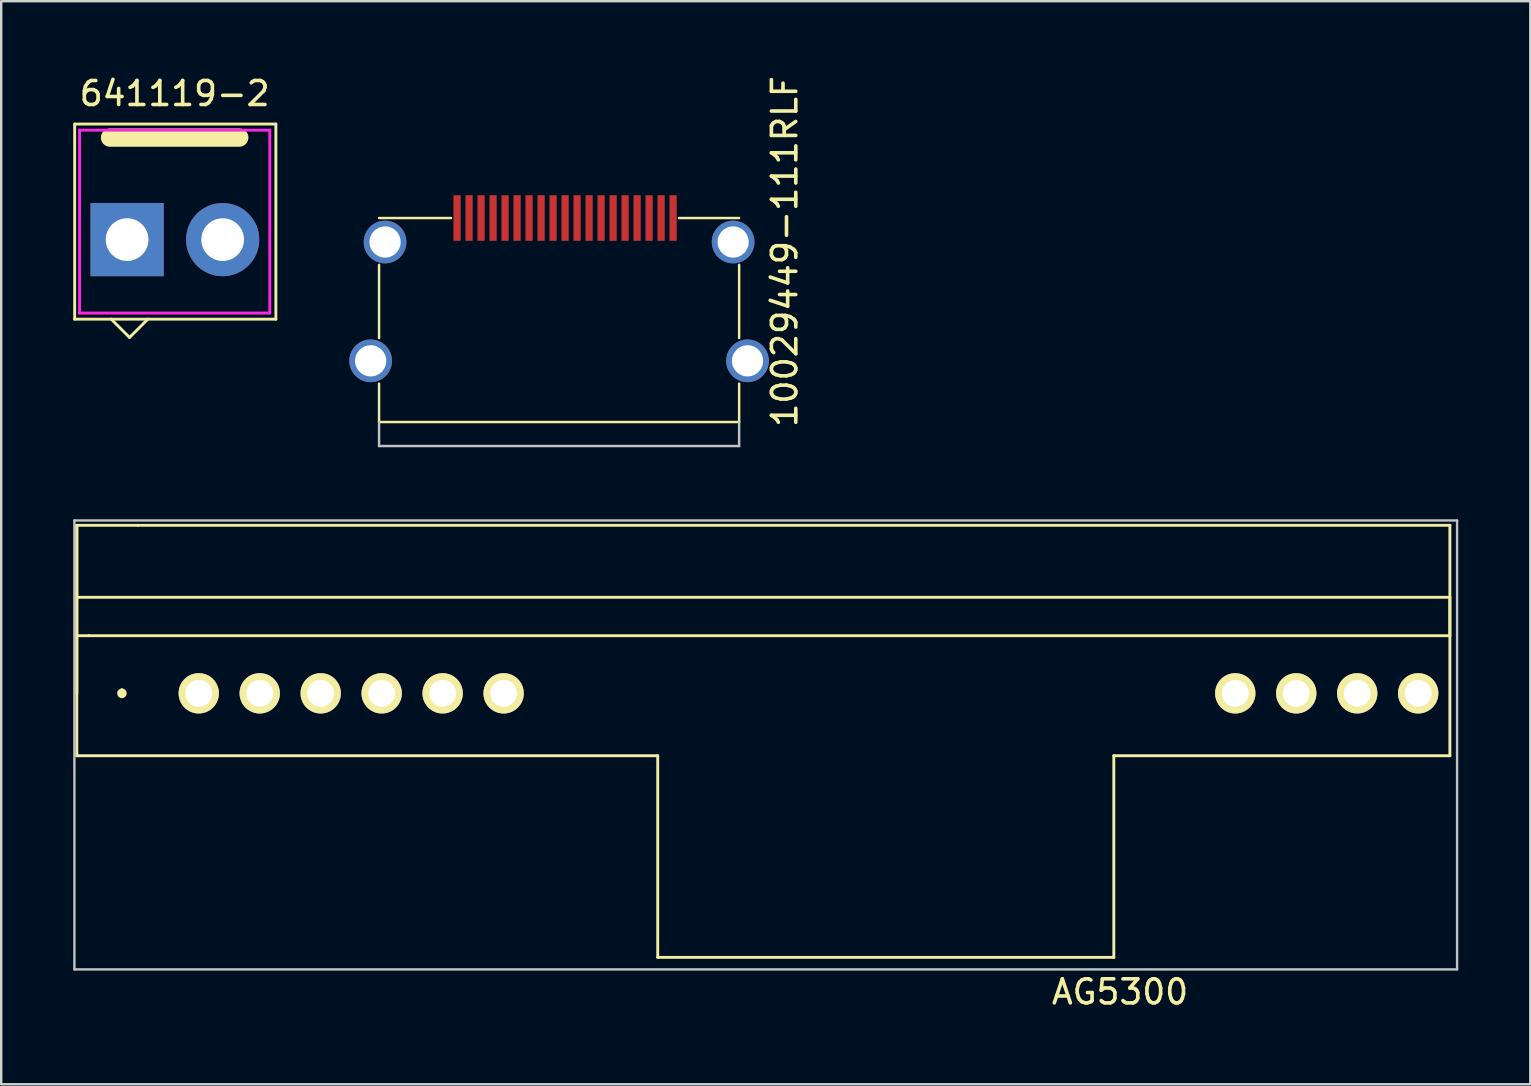
<source format=kicad_pcb>
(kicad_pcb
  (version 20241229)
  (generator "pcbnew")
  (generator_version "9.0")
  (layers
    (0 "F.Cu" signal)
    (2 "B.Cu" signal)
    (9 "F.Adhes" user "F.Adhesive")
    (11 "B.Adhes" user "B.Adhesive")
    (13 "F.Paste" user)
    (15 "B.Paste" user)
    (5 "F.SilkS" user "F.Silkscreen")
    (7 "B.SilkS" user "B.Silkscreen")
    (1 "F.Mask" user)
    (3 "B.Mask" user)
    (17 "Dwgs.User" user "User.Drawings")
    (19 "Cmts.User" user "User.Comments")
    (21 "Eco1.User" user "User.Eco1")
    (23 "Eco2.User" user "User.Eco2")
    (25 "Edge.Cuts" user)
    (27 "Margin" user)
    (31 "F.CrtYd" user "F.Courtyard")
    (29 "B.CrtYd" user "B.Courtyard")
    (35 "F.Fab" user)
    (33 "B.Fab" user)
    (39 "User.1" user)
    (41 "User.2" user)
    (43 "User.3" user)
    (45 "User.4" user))
  (footprint "641119-2"
    (layer "F.Cu")
    (at 4.226 6.182)
    (property "Reference" "641119-2" (at 0 -5.334 0) (layer "F.SilkS") (effects (font (size 1 1) (thickness 0.15))))
    (attr through_hole)
    (fp_line (start -4.166 -4.064) (end 4.216 -4.064) (stroke (width 0.12) (type solid)) (layer "F.SilkS"))
    (fp_line (start -4.166 4.064) (end -4.166 -4.064) (stroke (width 0.12) (type solid)) (layer "F.SilkS"))
    (fp_line (start -2.692 -3.5) (end 2.692 -3.5) (stroke (width 0.762) (type solid)) (layer "F.SilkS"))
    (fp_line (start -2.642 4.064) (end -1.88 4.826) (stroke (width 0.12) (type solid)) (layer "F.SilkS"))
    (fp_line (start -1.88 4.826) (end -1.118 4.064) (stroke (width 0.12) (type solid)) (layer "F.SilkS"))
    (fp_line (start 4.216 -4.064) (end 4.216 4.064) (stroke (width 0.12) (type solid)) (layer "F.SilkS"))
    (fp_line (start 4.216 4.064) (end -4.166 4.064) (stroke (width 0.12) (type solid)) (layer "F.SilkS"))
    (fp_line (start -3.962 -3.81) (end -3.962 3.81) (stroke (width 0.12) (type solid)) (layer "F.CrtYd"))
    (fp_line (start -3.962 3.81) (end 3.962 3.81) (stroke (width 0.12) (type solid)) (layer "F.CrtYd"))
    (fp_line (start 3.962 -3.81) (end -3.962 -3.81) (stroke (width 0.12) (type solid)) (layer "F.CrtYd"))
    (fp_line (start 3.962 3.81) (end 3.962 -3.81) (stroke (width 0.12) (type solid)) (layer "F.CrtYd"))
    (pad "1" thru_hole rect (at -1.981 0.75) (size 3.048 3.048) (drill 1.778) (layers "*.Cu" "*.Mask"))
    (pad "2" thru_hole circle (at 2 0.75) (size 3.048 3.048) (drill 1.778) (layers "*.Cu" "*.Mask")))
  (footprint "10029449-111RLF"
    (layer "F.Cu")
    (at 20.241 6.032)
    (property "Reference" "10029449-111RLF" (at 9.398 1.397 270) (layer "F.SilkS") (effects (font (size 1.016 1.016) (thickness 0.15))))
    (attr smd)
    (fp_line (start -7.5 0) (end -4.5 0) (stroke (width 0.102) (type solid)) (layer "F.SilkS"))
    (fp_line (start -7.5 5) (end -7.5 1.95) (stroke (width 0.102) (type solid)) (layer "F.SilkS"))
    (fp_line (start -7.5 8.5) (end -7.5 6.9) (stroke (width 0.102) (type solid)) (layer "F.SilkS"))
    (fp_line (start -7.5 8.5) (end 7.5 8.5) (stroke (width 0.102) (type solid)) (layer "F.SilkS"))
    (fp_line (start 5 0) (end 7.5 0) (stroke (width 0.102) (type solid)) (layer "F.SilkS"))
    (fp_line (start 7.5 5) (end 7.5 1.95) (stroke (width 0.102) (type solid)) (layer "F.SilkS"))
    (fp_line (start 7.5 6.9) (end 7.5 8.5) (stroke (width 0.102) (type solid)) (layer "F.SilkS"))
    (fp_line (start -7.5 9.5) (end -7.5 8.5) (stroke (width 0.102) (type solid)) (layer "Dwgs.User"))
    (fp_line (start -7.5 9.5) (end 7.5 9.5) (stroke (width 0.102) (type solid)) (layer "Dwgs.User"))
    (fp_line (start 7.5 8.5) (end 7.5 9.5) (stroke (width 0.102) (type solid)) (layer "Dwgs.User"))
    (pad "1" smd rect (at 4.75 0) (size 0.3 1.9) (layers "F.Cu" "F.Mask" "F.Paste"))
    (pad "2" smd rect (at 4.25 0) (size 0.3 1.9) (layers "F.Cu" "F.Mask" "F.Paste"))
    (pad "3" smd rect (at 3.75 0) (size 0.3 1.9) (layers "F.Cu" "F.Mask" "F.Paste"))
    (pad "4" smd rect (at 3.25 0) (size 0.3 1.9) (layers "F.Cu" "F.Mask" "F.Paste"))
    (pad "5" smd rect (at 2.75 0) (size 0.3 1.9) (layers "F.Cu" "F.Mask" "F.Paste"))
    (pad "6" smd rect (at 2.25 0) (size 0.3 1.9) (layers "F.Cu" "F.Mask" "F.Paste"))
    (pad "7" smd rect (at 1.75 0) (size 0.3 1.9) (layers "F.Cu" "F.Mask" "F.Paste"))
    (pad "8" smd rect (at 1.25 0) (size 0.3 1.9) (layers "F.Cu" "F.Mask" "F.Paste"))
    (pad "9" smd rect (at 0.75 0) (size 0.3 1.9) (layers "F.Cu" "F.Mask" "F.Paste"))
    (pad "10" smd rect (at 0.25 0) (size 0.3 1.9) (layers "F.Cu" "F.Mask" "F.Paste"))
    (pad "11" smd rect (at -0.25 0) (size 0.3 1.9) (layers "F.Cu" "F.Mask" "F.Paste"))
    (pad "12" smd rect (at -0.75 0) (size 0.3 1.9) (layers "F.Cu" "F.Mask" "F.Paste"))
    (pad "13" smd rect (at -1.25 0) (size 0.3 1.9) (layers "F.Cu" "F.Mask" "F.Paste"))
    (pad "14" smd rect (at -1.75 0) (size 0.3 1.9) (layers "F.Cu" "F.Mask" "F.Paste"))
    (pad "15" smd rect (at -2.25 0) (size 0.3 1.9) (layers "F.Cu" "F.Mask" "F.Paste"))
    (pad "16" smd rect (at -2.75 0) (size 0.3 1.9) (layers "F.Cu" "F.Mask" "F.Paste"))
    (pad "17" smd rect (at -3.25 0) (size 0.3 1.9) (layers "F.Cu" "F.Mask" "F.Paste"))
    (pad "18" smd rect (at -3.75 0) (size 0.3 1.9) (layers "F.Cu" "F.Mask" "F.Paste"))
    (pad "19" smd rect (at -4.25 0) (size 0.3 1.9) (layers "F.Cu" "F.Mask" "F.Paste"))
    (pad "20" thru_hole circle (at -7.85 5.95) (size 1.778 1.778) (drill 1.3) (layers "*.Cu" "*.Mask"))
    (pad "20" thru_hole circle (at -7.25 1) (size 1.778 1.778) (drill 1.3) (layers "*.Cu" "*.Mask"))
    (pad "20" thru_hole circle (at 7.25 1) (size 1.778 1.778) (drill 1.3) (layers "*.Cu" "*.Mask"))
    (pad "20" thru_hole circle (at 7.85 5.95) (size 1.778 1.778) (drill 1.3) (layers "*.Cu" "*.Mask")))
  (footprint "AG5300"
    (layer "F.Cu")
    (at 30.25 27.833)
    (property "Reference" "AG5300" (at 13.36 10.439 0) (layer "F.SilkS") (effects (font (size 1 1) (thickness 0.15))))
    (attr through_hole)
    (fp_line (start -30.1 -9) (end -30.1 0.6) (stroke (width 0.12) (type solid)) (layer "F.SilkS"))
    (fp_line (start -30.1 -9) (end -27.56 -9) (stroke (width 0.12) (type solid)) (layer "F.SilkS"))
    (fp_line (start -30.1 -2) (end -30.1 -9) (stroke (width 0.12) (type solid)) (layer "F.SilkS"))
    (fp_line (start -30.1 0.6) (end -5.9 0.6) (stroke (width 0.12) (type solid)) (layer "F.SilkS"))
    (fp_line (start -29.6 -4.4) (end -30.1 -4.4) (stroke (width 0.12) (type solid)) (layer "F.SilkS"))
    (fp_line (start -29.6 -4.4) (end 27.1 -4.4) (stroke (width 0.12) (type solid)) (layer "F.SilkS"))
    (fp_line (start -28.22 -2.1) (end -28.22 -2.1) (stroke (width 0.2) (type solid)) (layer "F.SilkS"))
    (fp_line (start -28.22 -1.9) (end -28.22 -1.9) (stroke (width 0.2) (type solid)) (layer "F.SilkS"))
    (fp_line (start -5.9 0.6) (end -5.9 9) (stroke (width 0.12) (type solid)) (layer "F.SilkS"))
    (fp_line (start -5.9 9) (end 13.1 9) (stroke (width 0.12) (type solid)) (layer "F.SilkS"))
    (fp_line (start 13.1 0.6) (end 27.1 0.6) (stroke (width 0.12) (type solid)) (layer "F.SilkS"))
    (fp_line (start 13.1 9) (end 13.1 0.6) (stroke (width 0.12) (type solid)) (layer "F.SilkS"))
    (fp_line (start 27.1 -9) (end -27.56 -9) (stroke (width 0.12) (type solid)) (layer "F.SilkS"))
    (fp_line (start 27.1 -6) (end -30.1 -6) (stroke (width 0.12) (type solid)) (layer "F.SilkS"))
    (fp_line (start 27.1 -4.4) (end 27.1 -6) (stroke (width 0.12) (type solid)) (layer "F.SilkS"))
    (fp_line (start 27.1 0.6) (end 27.1 -9) (stroke (width 0.12) (type solid)) (layer "F.SilkS"))
    (fp_arc (start -28.22 -2.1) (mid -28.12 -2) (end -28.22 -1.9) (stroke (width 0.2) (type solid)) (layer "F.SilkS"))
    (fp_arc (start -28.22 -1.9) (mid -28.32 -2) (end -28.22 -2.1) (stroke (width 0.2) (type solid)) (layer "F.SilkS"))
    (fp_line (start -30.2 -9.2) (end 27.4 -9.2) (stroke (width 0.1) (type solid)) (layer "Dwgs.User"))
    (fp_line (start -30.2 9.5) (end -30.2 -9.2) (stroke (width 0.1) (type solid)) (layer "Dwgs.User"))
    (fp_line (start 27.4 -9.2) (end 27.4 9.5) (stroke (width 0.1) (type solid)) (layer "Dwgs.User"))
    (fp_line (start 27.4 9.5) (end -30.2 9.5) (stroke (width 0.1) (type solid)) (layer "Dwgs.User"))
    (pad "1" thru_hole circle (at -25.02 -2 90) (size 1.68 1.68) (drill 1.12) (layers "*.Cu" "*.Mask" "F.SilkS"))
    (pad "2" thru_hole circle (at -22.48 -2 90) (size 1.68 1.68) (drill 1.12) (layers "*.Cu" "*.Mask" "F.SilkS"))
    (pad "3" thru_hole circle (at -19.94 -2 90) (size 1.68 1.68) (drill 1.12) (layers "*.Cu" "*.Mask" "F.SilkS"))
    (pad "4" thru_hole circle (at -17.4 -2 90) (size 1.68 1.68) (drill 1.12) (layers "*.Cu" "*.Mask" "F.SilkS"))
    (pad "5" thru_hole circle (at -14.86 -2 90) (size 1.68 1.68) (drill 1.12) (layers "*.Cu" "*.Mask" "F.SilkS"))
    (pad "6" thru_hole circle (at -12.32 -2 90) (size 1.68 1.68) (drill 1.12) (layers "*.Cu" "*.Mask" "F.SilkS"))
    (pad "7" thru_hole circle (at 18.16 -2 90) (size 1.68 1.68) (drill 1.12) (layers "*.Cu" "*.Mask" "F.SilkS"))
    (pad "8" thru_hole circle (at 20.7 -2 90) (size 1.68 1.68) (drill 1.12) (layers "*.Cu" "*.Mask" "F.SilkS"))
    (pad "9" thru_hole circle (at 23.24 -2 90) (size 1.68 1.68) (drill 1.12) (layers "*.Cu" "*.Mask" "F.SilkS"))
    (pad "10" thru_hole circle (at 25.78 -2 90) (size 1.68 1.68) (drill 1.12) (layers "*.Cu" "*.Mask" "F.SilkS")))
  (gr_rect
    (start -3 -3)
    (end 60.7 42.12)
    (stroke (width 0.1) (type default))
    (fill no)
    (layer "Edge.Cuts")))
</source>
